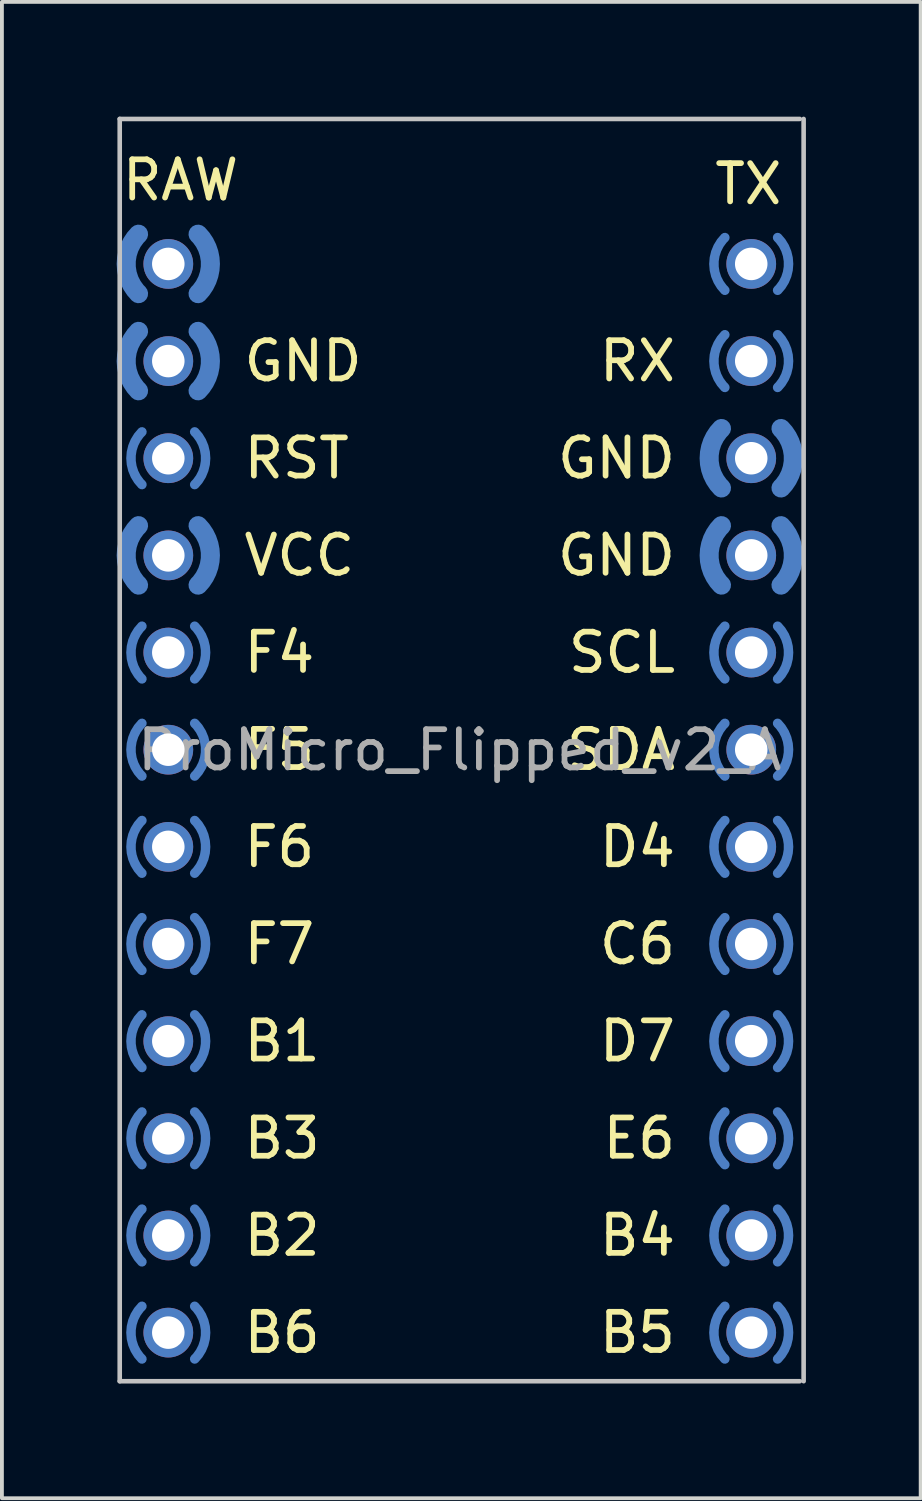
<source format=kicad_pcb>
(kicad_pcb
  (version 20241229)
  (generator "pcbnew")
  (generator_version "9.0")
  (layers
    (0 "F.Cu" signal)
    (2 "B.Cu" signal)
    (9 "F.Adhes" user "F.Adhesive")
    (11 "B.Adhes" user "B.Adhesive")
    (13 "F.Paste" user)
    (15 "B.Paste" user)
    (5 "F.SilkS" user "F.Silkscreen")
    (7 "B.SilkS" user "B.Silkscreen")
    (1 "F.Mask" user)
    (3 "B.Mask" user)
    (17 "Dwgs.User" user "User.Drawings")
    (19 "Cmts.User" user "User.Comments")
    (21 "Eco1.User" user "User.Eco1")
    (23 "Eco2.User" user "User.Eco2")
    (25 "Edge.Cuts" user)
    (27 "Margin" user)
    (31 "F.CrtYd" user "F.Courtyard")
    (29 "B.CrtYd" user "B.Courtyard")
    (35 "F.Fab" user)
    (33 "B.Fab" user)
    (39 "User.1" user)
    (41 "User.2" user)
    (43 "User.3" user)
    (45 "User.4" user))
  (footprint "ProMicro_Flipped_v2_A"
    (layer "F.Cu")
    (at 8.97 16.56)
    (property "Reference" "ProMicro_Flipped_v2_A" (at 0 0 0) (layer "F.Fab") (effects (font (size 1 1) (thickness 0.15))))
    (attr through_hole)
    (fp_line (start -8.89 -16.5) (end 8.89 -16.5) (stroke (width 0.12) (type solid)) (layer "Dwgs.User"))
    (fp_line (start -8.89 16.5) (end -8.89 -16.5) (stroke (width 0.12) (type solid)) (layer "Dwgs.User"))
    (fp_line (start 8.89 16.5) (end -8.89 16.5) (stroke (width 0.12) (type solid)) (layer "Dwgs.User"))
    (fp_line (start 8.99 16.5) (end 8.99 -16.5) (stroke (width 0.12) (type solid)) (layer "Dwgs.User"))
    (fp_text user "B3" (at -5.72 10.15 0) (layer "F.SilkS") (effects (font (size 1 1) (thickness 0.15)) (justify left)))
    (fp_text user "D4" (at 5.72 2.53 0) (layer "F.SilkS") (effects (font (size 1 1) (thickness 0.15)) (justify right)))
    (fp_text user "B4" (at 5.72 12.69 0) (layer "F.SilkS") (effects (font (size 1 1) (thickness 0.15)) (justify right)))
    (fp_text user "GND" (at 5.72 -5.09 0) (layer "F.SilkS") (effects (font (size 1 1) (thickness 0.15)) (justify right)))
    (fp_text user "RX" (at 5.72 -10.17 0) (layer "F.SilkS") (effects (font (size 1 1) (thickness 0.15)) (justify right)))
    (fp_text user "B5" (at 5.72 15.23 0) (layer "F.SilkS") (effects (font (size 1 1) (thickness 0.15)) (justify right)))
    (fp_text user "D7" (at 5.72 7.61 0) (layer "F.SilkS") (effects (font (size 1 1) (thickness 0.15)) (justify right)))
    (fp_text user "F6" (at -5.72 2.53 0) (layer "F.SilkS") (effects (font (size 1 1) (thickness 0.15)) (justify left)))
    (fp_text user "B2" (at -5.72 12.69 0) (layer "F.SilkS") (effects (font (size 1 1) (thickness 0.15)) (justify left)))
    (fp_text user "SCL" (at 5.72 -2.55 0) (layer "F.SilkS") (effects (font (size 1 1) (thickness 0.15)) (justify right)))
    (fp_text user "B1" (at -5.72 7.61 0) (layer "F.SilkS") (effects (font (size 1 1) (thickness 0.15)) (justify left)))
    (fp_text user "GND" (at 5.72 -7.63 0) (layer "F.SilkS") (effects (font (size 1 1) (thickness 0.15)) (justify right)))
    (fp_text user "TX" (at 8.5 -14.8 0) (layer "F.SilkS") (effects (font (size 1 1) (thickness 0.15)) (justify right)))
    (fp_text user "RST" (at -5.72 -7.63 0) (layer "F.SilkS") (effects (font (size 1 1) (thickness 0.15)) (justify left)))
    (fp_text user "F5" (at -5.72 -0.01 0) (layer "F.SilkS") (effects (font (size 1 1) (thickness 0.15)) (justify left)))
    (fp_text user "VCC" (at -5.72 -5.09 0) (layer "F.SilkS") (effects (font (size 1 1) (thickness 0.15)) (justify left)))
    (fp_text user "B6" (at -5.72 15.23 0) (layer "F.SilkS") (effects (font (size 1 1) (thickness 0.15)) (justify left)))
    (fp_text user "GND" (at -5.72 -10.17 0) (layer "F.SilkS") (effects (font (size 1 1) (thickness 0.15)) (justify left)))
    (fp_text user "C6" (at 5.72 5.07 0) (layer "F.SilkS") (effects (font (size 1 1) (thickness 0.15)) (justify right)))
    (fp_text user "E6" (at 5.72 10.15 0) (layer "F.SilkS") (effects (font (size 1 1) (thickness 0.15)) (justify right)))
    (fp_text user "F4" (at -5.72 -2.55 0) (layer "F.SilkS") (effects (font (size 1 1) (thickness 0.15)) (justify left)))
    (fp_text user "SDA" (at 5.72 -0.01 0) (layer "F.SilkS") (effects (font (size 1 1) (thickness 0.15)) (justify right)))
    (fp_text user "F7" (at -5.72 5.07 0) (layer "F.SilkS") (effects (font (size 1 1) (thickness 0.15)) (justify left)))
    (fp_text user "RAW" (at -8.9 -14.9 0) (layer "F.SilkS") (effects (font (size 1 1) (thickness 0.15)) (justify left)))
    (pad "" thru_hole circle (at -7.62 -12.71) (size 1.3 1.3) (drill 0.85) (layers "*.Cu" "*.Mask"))
    (pad "" thru_hole circle (at -7.62 -10.17) (size 1.3 1.3) (drill 0.85) (layers "*.Cu" "*.Mask"))
    (pad "" thru_hole circle (at -7.62 -7.63) (size 1.3 1.3) (drill 0.85) (layers "*.Cu" "*.Mask"))
    (pad "" thru_hole circle (at -7.62 -5.09) (size 1.3 1.3) (drill 0.85) (layers "*.Cu" "*.Mask"))
    (pad "" thru_hole circle (at -7.62 -2.55) (size 1.3 1.3) (drill 0.85) (layers "*.Cu" "*.Mask"))
    (pad "" thru_hole circle (at -7.62 -0.01) (size 1.3 1.3) (drill 0.85) (layers "*.Cu" "*.Mask"))
    (pad "" thru_hole circle (at -7.62 2.53) (size 1.3 1.3) (drill 0.85) (layers "*.Cu" "*.Mask"))
    (pad "" thru_hole circle (at -7.62 5.07) (size 1.3 1.3) (drill 0.85) (layers "*.Cu" "*.Mask"))
    (pad "" thru_hole circle (at -7.62 7.61) (size 1.3 1.3) (drill 0.85) (layers "*.Cu" "*.Mask"))
    (pad "" thru_hole circle (at -7.62 10.15) (size 1.3 1.3) (drill 0.85) (layers "*.Cu" "*.Mask"))
    (pad "" thru_hole circle (at -7.62 12.69) (size 1.3 1.3) (drill 0.85) (layers "*.Cu" "*.Mask"))
    (pad "" thru_hole circle (at -7.62 15.23) (size 1.3 1.3) (drill 0.85) (layers "*.Cu" "*.Mask"))
    (pad "" thru_hole circle (at 7.62 -12.71) (size 1.3 1.3) (drill 0.85) (layers "*.Cu" "*.Mask"))
    (pad "" thru_hole circle (at 7.62 -10.17) (size 1.3 1.3) (drill 0.85) (layers "*.Cu" "*.Mask"))
    (pad "" thru_hole circle (at 7.62 -7.63) (size 1.3 1.3) (drill 0.85) (layers "*.Cu" "*.Mask"))
    (pad "" thru_hole circle (at 7.62 -5.09) (size 1.3 1.3) (drill 0.85) (layers "*.Cu" "*.Mask"))
    (pad "" thru_hole circle (at 7.62 -2.55) (size 1.3 1.3) (drill 0.85) (layers "*.Cu" "*.Mask"))
    (pad "" thru_hole circle (at 7.62 -0.01) (size 1.3 1.3) (drill 0.85) (layers "*.Cu" "*.Mask"))
    (pad "" thru_hole circle (at 7.62 2.53) (size 1.3 1.3) (drill 0.85) (layers "*.Cu" "*.Mask"))
    (pad "" thru_hole circle (at 7.62 5.07) (size 1.3 1.3) (drill 0.85) (layers "*.Cu" "*.Mask"))
    (pad "" thru_hole circle (at 7.62 7.61) (size 1.3 1.3) (drill 0.85) (layers "*.Cu" "*.Mask"))
    (pad "" thru_hole circle (at 7.62 10.15) (size 1.3 1.3) (drill 0.85) (layers "*.Cu" "*.Mask"))
    (pad "" thru_hole circle (at 7.62 12.69) (size 1.3 1.3) (drill 0.85) (layers "*.Cu" "*.Mask"))
    (pad "" thru_hole circle (at 7.62 15.23) (size 1.3 1.3) (drill 0.85) (layers "*.Cu" "*.Mask"))
    (pad "1" smd custom (at 6.645 -12.71 180) (size 0.25 0.25) (layers "B.Cu" "B.Mask" "B.Paste") (options (anchor circle)) (primitives (gr_arc (start 0 0) (mid -0.074217 0.373116) (end -0.285571 0.689429) (width 0.25)) (gr_arc (start -0.285571 -0.689429) (mid -0.074218 -0.373116) (end 0 0) (width 0.25))))
    (pad "1" smd custom (at 8.595 -12.71) (size 0.25 0.25) (layers "B.Cu" "B.Mask" "B.Paste") (options (anchor circle)) (primitives (gr_arc (start 0 0) (mid -0.074217 0.373116) (end -0.285571 0.689429) (width 0.25)) (gr_arc (start -0.285571 -0.689429) (mid -0.074218 -0.373116) (end 0 0) (width 0.25))))
    (pad "2" smd custom (at 6.645 -10.17 180) (size 0.25 0.25) (layers "B.Cu" "B.Mask" "B.Paste") (options (anchor circle)) (primitives (gr_arc (start 0 0) (mid -0.074217 0.373116) (end -0.285571 0.689429) (width 0.25)) (gr_arc (start -0.285571 -0.689429) (mid -0.074218 -0.373116) (end 0 0) (width 0.25))))
    (pad "2" smd custom (at 8.595 -10.17) (size 0.25 0.25) (layers "B.Cu" "B.Mask" "B.Paste") (options (anchor circle)) (primitives (gr_arc (start 0 0) (mid -0.074217 0.373116) (end -0.285571 0.689429) (width 0.25)) (gr_arc (start -0.285571 -0.689429) (mid -0.074218 -0.373116) (end 0 0) (width 0.25))))
    (pad "3" smd custom (at 6.52 -7.63 180) (size 0.5 0.5) (layers "B.Cu" "B.Mask" "B.Paste") (options (anchor circle)) (primitives (gr_arc (start 0 0) (mid -0.083733 0.420952) (end -0.322183 0.777817) (width 0.5)) (gr_arc (start -0.322183 -0.777817) (mid -0.083733 -0.420952) (end 0 0) (width 0.5))))
    (pad "3" smd custom (at 8.72 -7.63) (size 0.5 0.5) (layers "B.Cu" "B.Mask" "B.Paste") (options (anchor circle)) (primitives (gr_arc (start 0 0) (mid -0.083733 0.420952) (end -0.322183 0.777817) (width 0.5)) (gr_arc (start -0.322183 -0.777817) (mid -0.083733 -0.420952) (end 0 0) (width 0.5))))
    (pad "4" smd custom (at 6.52 -5.09 180) (size 0.5 0.5) (layers "B.Cu" "B.Mask" "B.Paste") (options (anchor circle)) (primitives (gr_arc (start 0 0) (mid -0.083733 0.420952) (end -0.322183 0.777817) (width 0.5)) (gr_arc (start -0.322183 -0.777817) (mid -0.083733 -0.420952) (end 0 0) (width 0.5))))
    (pad "4" smd custom (at 8.72 -5.09) (size 0.5 0.5) (layers "B.Cu" "B.Mask" "B.Paste") (options (anchor circle)) (primitives (gr_arc (start 0 0) (mid -0.083733 0.420952) (end -0.322183 0.777817) (width 0.5)) (gr_arc (start -0.322183 -0.777817) (mid -0.083733 -0.420952) (end 0 0) (width 0.5))))
    (pad "5" smd custom (at 6.645 -2.55 180) (size 0.25 0.25) (layers "B.Cu" "B.Mask" "B.Paste") (options (anchor circle)) (primitives (gr_arc (start 0 0) (mid -0.074217 0.373116) (end -0.285571 0.689429) (width 0.25)) (gr_arc (start -0.285571 -0.689429) (mid -0.074218 -0.373116) (end 0 0) (width 0.25))))
    (pad "5" smd custom (at 8.595 -2.55) (size 0.25 0.25) (layers "B.Cu" "B.Mask" "B.Paste") (options (anchor circle)) (primitives (gr_arc (start 0 0) (mid -0.074217 0.373116) (end -0.285571 0.689429) (width 0.25)) (gr_arc (start -0.285571 -0.689429) (mid -0.074218 -0.373116) (end 0 0) (width 0.25))))
    (pad "6" smd custom (at 6.645 -0.01 180) (size 0.25 0.25) (layers "B.Cu" "B.Mask" "B.Paste") (options (anchor circle)) (primitives (gr_arc (start 0 0) (mid -0.074217 0.373116) (end -0.285571 0.689429) (width 0.25)) (gr_arc (start -0.285571 -0.689429) (mid -0.074218 -0.373116) (end 0 0) (width 0.25))))
    (pad "6" smd custom (at 8.595 -0.01) (size 0.25 0.25) (layers "B.Cu" "B.Mask" "B.Paste") (options (anchor circle)) (primitives (gr_arc (start 0 0) (mid -0.074217 0.373116) (end -0.285571 0.689429) (width 0.25)) (gr_arc (start -0.285571 -0.689429) (mid -0.074218 -0.373116) (end 0 0) (width 0.25))))
    (pad "7" smd custom (at 6.645 2.53 180) (size 0.25 0.25) (layers "B.Cu" "B.Mask" "B.Paste") (options (anchor circle)) (primitives (gr_arc (start 0 0) (mid -0.074217 0.373116) (end -0.285571 0.689429) (width 0.25)) (gr_arc (start -0.285571 -0.689429) (mid -0.074218 -0.373116) (end 0 0) (width 0.25))))
    (pad "7" smd custom (at 8.595 2.53) (size 0.25 0.25) (layers "B.Cu" "B.Mask" "B.Paste") (options (anchor circle)) (primitives (gr_arc (start 0 0) (mid -0.074217 0.373116) (end -0.285571 0.689429) (width 0.25)) (gr_arc (start -0.285571 -0.689429) (mid -0.074218 -0.373116) (end 0 0) (width 0.25))))
    (pad "8" smd custom (at 6.645 5.07 180) (size 0.25 0.25) (layers "B.Cu" "B.Mask" "B.Paste") (options (anchor circle)) (primitives (gr_arc (start 0 0) (mid -0.074217 0.373116) (end -0.285571 0.689429) (width 0.25)) (gr_arc (start -0.285571 -0.689429) (mid -0.074218 -0.373116) (end 0 0) (width 0.25))))
    (pad "8" smd custom (at 8.595 5.07) (size 0.25 0.25) (layers "B.Cu" "B.Mask" "B.Paste") (options (anchor circle)) (primitives (gr_arc (start 0 0) (mid -0.074217 0.373116) (end -0.285571 0.689429) (width 0.25)) (gr_arc (start -0.285571 -0.689429) (mid -0.074218 -0.373116) (end 0 0) (width 0.25))))
    (pad "9" smd custom (at 6.645 7.61 180) (size 0.25 0.25) (layers "B.Cu" "B.Mask" "B.Paste") (options (anchor circle)) (primitives (gr_arc (start 0 0) (mid -0.074217 0.373116) (end -0.285571 0.689429) (width 0.25)) (gr_arc (start -0.285571 -0.689429) (mid -0.074218 -0.373116) (end 0 0) (width 0.25))))
    (pad "9" smd custom (at 8.595 7.61) (size 0.25 0.25) (layers "B.Cu" "B.Mask" "B.Paste") (options (anchor circle)) (primitives (gr_arc (start 0 0) (mid -0.074217 0.373116) (end -0.285571 0.689429) (width 0.25)) (gr_arc (start -0.285571 -0.689429) (mid -0.074218 -0.373116) (end 0 0) (width 0.25))))
    (pad "10" smd custom (at 6.645 10.15 180) (size 0.25 0.25) (layers "B.Cu" "B.Mask" "B.Paste") (options (anchor circle)) (primitives (gr_arc (start 0 0) (mid -0.074217 0.373116) (end -0.285571 0.689429) (width 0.25)) (gr_arc (start -0.285571 -0.689429) (mid -0.074218 -0.373116) (end 0 0) (width 0.25))))
    (pad "10" smd custom (at 8.595 10.15) (size 0.25 0.25) (layers "B.Cu" "B.Mask" "B.Paste") (options (anchor circle)) (primitives (gr_arc (start 0 0) (mid -0.074217 0.373116) (end -0.285571 0.689429) (width 0.25)) (gr_arc (start -0.285571 -0.689429) (mid -0.074218 -0.373116) (end 0 0) (width 0.25))))
    (pad "11" smd custom (at 6.645 12.69 180) (size 0.25 0.25) (layers "B.Cu" "B.Mask" "B.Paste") (options (anchor circle)) (primitives (gr_arc (start 0 0) (mid -0.074217 0.373116) (end -0.285571 0.689429) (width 0.25)) (gr_arc (start -0.285571 -0.689429) (mid -0.074218 -0.373116) (end 0 0) (width 0.25))))
    (pad "11" smd custom (at 8.595 12.69) (size 0.25 0.25) (layers "B.Cu" "B.Mask" "B.Paste") (options (anchor circle)) (primitives (gr_arc (start 0 0) (mid -0.074217 0.373116) (end -0.285571 0.689429) (width 0.25)) (gr_arc (start -0.285571 -0.689429) (mid -0.074218 -0.373116) (end 0 0) (width 0.25))))
    (pad "12" smd custom (at 6.645 15.23 180) (size 0.25 0.25) (layers "B.Cu" "B.Mask" "B.Paste") (options (anchor circle)) (primitives (gr_arc (start 0 0) (mid -0.074217 0.373116) (end -0.285571 0.689429) (width 0.25)) (gr_arc (start -0.285571 -0.689429) (mid -0.074218 -0.373116) (end 0 0) (width 0.25))))
    (pad "12" smd custom (at 8.595 15.23) (size 0.25 0.25) (layers "B.Cu" "B.Mask" "B.Paste") (options (anchor circle)) (primitives (gr_arc (start 0 0) (mid -0.074217 0.373116) (end -0.285571 0.689429) (width 0.25)) (gr_arc (start -0.285571 -0.689429) (mid -0.074218 -0.373116) (end 0 0) (width 0.25))))
    (pad "13" smd custom (at -8.595 15.23 180) (size 0.25 0.25) (layers "B.Cu" "B.Mask" "B.Paste") (options (anchor circle)) (primitives (gr_arc (start 0 0) (mid -0.074217 0.373116) (end -0.285571 0.689429) (width 0.25)) (gr_arc (start -0.285571 -0.689429) (mid -0.074218 -0.373116) (end 0 0) (width 0.25))))
    (pad "13" smd custom (at -6.645 15.23) (size 0.25 0.25) (layers "B.Cu" "B.Mask" "B.Paste") (options (anchor circle)) (primitives (gr_arc (start 0 0) (mid -0.074217 0.373116) (end -0.285571 0.689429) (width 0.25)) (gr_arc (start -0.285571 -0.689429) (mid -0.074218 -0.373116) (end 0 0) (width 0.25))))
    (pad "14" smd custom (at -8.595 12.69 180) (size 0.25 0.25) (layers "B.Cu" "B.Mask" "B.Paste") (options (anchor circle)) (primitives (gr_arc (start 0 0) (mid -0.074217 0.373116) (end -0.285571 0.689429) (width 0.25)) (gr_arc (start -0.285571 -0.689429) (mid -0.074218 -0.373116) (end 0 0) (width 0.25))))
    (pad "14" smd custom (at -6.645 12.69) (size 0.25 0.25) (layers "B.Cu" "B.Mask" "B.Paste") (options (anchor circle)) (primitives (gr_arc (start 0 0) (mid -0.074217 0.373116) (end -0.285571 0.689429) (width 0.25)) (gr_arc (start -0.285571 -0.689429) (mid -0.074218 -0.373116) (end 0 0) (width 0.25))))
    (pad "15" smd custom (at -8.595 10.15 180) (size 0.25 0.25) (layers "B.Cu" "B.Mask" "B.Paste") (options (anchor circle)) (primitives (gr_arc (start 0 0) (mid -0.074217 0.373116) (end -0.285571 0.689429) (width 0.25)) (gr_arc (start -0.285571 -0.689429) (mid -0.074218 -0.373116) (end 0 0) (width 0.25))))
    (pad "15" smd custom (at -6.645 10.15) (size 0.25 0.25) (layers "B.Cu" "B.Mask" "B.Paste") (options (anchor circle)) (primitives (gr_arc (start 0 0) (mid -0.074217 0.373116) (end -0.285571 0.689429) (width 0.25)) (gr_arc (start -0.285571 -0.689429) (mid -0.074218 -0.373116) (end 0 0) (width 0.25))))
    (pad "16" smd custom (at -8.595 7.61 180) (size 0.25 0.25) (layers "B.Cu" "B.Mask" "B.Paste") (options (anchor circle)) (primitives (gr_arc (start 0 0) (mid -0.074217 0.373116) (end -0.285571 0.689429) (width 0.25)) (gr_arc (start -0.285571 -0.689429) (mid -0.074218 -0.373116) (end 0 0) (width 0.25))))
    (pad "16" smd custom (at -6.645 7.61) (size 0.25 0.25) (layers "B.Cu" "B.Mask" "B.Paste") (options (anchor circle)) (primitives (gr_arc (start 0 0) (mid -0.074217 0.373116) (end -0.285571 0.689429) (width 0.25)) (gr_arc (start -0.285571 -0.689429) (mid -0.074218 -0.373116) (end 0 0) (width 0.25))))
    (pad "17" smd custom (at -8.595 5.07 180) (size 0.25 0.25) (layers "B.Cu" "B.Mask" "B.Paste") (options (anchor circle)) (primitives (gr_arc (start 0 0) (mid -0.074217 0.373116) (end -0.285571 0.689429) (width 0.25)) (gr_arc (start -0.285571 -0.689429) (mid -0.074218 -0.373116) (end 0 0) (width 0.25))))
    (pad "17" smd custom (at -6.645 5.07) (size 0.25 0.25) (layers "B.Cu" "B.Mask" "B.Paste") (options (anchor circle)) (primitives (gr_arc (start 0 0) (mid -0.074217 0.373116) (end -0.285571 0.689429) (width 0.25)) (gr_arc (start -0.285571 -0.689429) (mid -0.074218 -0.373116) (end 0 0) (width 0.25))))
    (pad "18" smd custom (at -8.595 2.53 180) (size 0.25 0.25) (layers "B.Cu" "B.Mask" "B.Paste") (options (anchor circle)) (primitives (gr_arc (start 0 0) (mid -0.074217 0.373116) (end -0.285571 0.689429) (width 0.25)) (gr_arc (start -0.285571 -0.689429) (mid -0.074218 -0.373116) (end 0 0) (width 0.25))))
    (pad "18" smd custom (at -6.645 2.53) (size 0.25 0.25) (layers "B.Cu" "B.Mask" "B.Paste") (options (anchor circle)) (primitives (gr_arc (start 0 0) (mid -0.074217 0.373116) (end -0.285571 0.689429) (width 0.25)) (gr_arc (start -0.285571 -0.689429) (mid -0.074218 -0.373116) (end 0 0) (width 0.25))))
    (pad "19" smd custom (at -8.595 -0.01 180) (size 0.25 0.25) (layers "B.Cu" "B.Mask" "B.Paste") (options (anchor circle)) (primitives (gr_arc (start 0 0) (mid -0.074217 0.373116) (end -0.285571 0.689429) (width 0.25)) (gr_arc (start -0.285571 -0.689429) (mid -0.074218 -0.373116) (end 0 0) (width 0.25))))
    (pad "19" smd custom (at -6.645 -0.01) (size 0.25 0.25) (layers "B.Cu" "B.Mask" "B.Paste") (options (anchor circle)) (primitives (gr_arc (start 0 0) (mid -0.074217 0.373116) (end -0.285571 0.689429) (width 0.25)) (gr_arc (start -0.285571 -0.689429) (mid -0.074218 -0.373116) (end 0 0) (width 0.25))))
    (pad "20" smd custom (at -8.595 -2.55 180) (size 0.25 0.25) (layers "B.Cu" "B.Mask" "B.Paste") (options (anchor circle)) (primitives (gr_arc (start 0 0) (mid -0.074217 0.373116) (end -0.285571 0.689429) (width 0.25)) (gr_arc (start -0.285571 -0.689429) (mid -0.074218 -0.373116) (end 0 0) (width 0.25))))
    (pad "20" smd custom (at -6.645 -2.55) (size 0.25 0.25) (layers "B.Cu" "B.Mask" "B.Paste") (options (anchor circle)) (primitives (gr_arc (start 0 0) (mid -0.074217 0.373116) (end -0.285571 0.689429) (width 0.25)) (gr_arc (start -0.285571 -0.689429) (mid -0.074218 -0.373116) (end 0 0) (width 0.25))))
    (pad "21" smd custom (at -8.72 -5.09 180) (size 0.5 0.5) (layers "B.Cu" "B.Mask" "B.Paste") (options (anchor circle)) (primitives (gr_arc (start 0 0) (mid -0.083733 0.420952) (end -0.322183 0.777817) (width 0.5)) (gr_arc (start -0.322183 -0.777817) (mid -0.083733 -0.420952) (end 0 0) (width 0.5))))
    (pad "21" smd custom (at -6.52 -5.09) (size 0.5 0.5) (layers "B.Cu" "B.Mask" "B.Paste") (options (anchor circle)) (primitives (gr_arc (start 0 0) (mid -0.083733 0.420952) (end -0.322183 0.777817) (width 0.5)) (gr_arc (start -0.322183 -0.777817) (mid -0.083733 -0.420952) (end 0 0) (width 0.5))))
    (pad "22" smd custom (at -8.595 -7.63 180) (size 0.25 0.25) (layers "B.Cu" "B.Mask" "B.Paste") (options (anchor circle)) (primitives (gr_arc (start 0 0) (mid -0.074217 0.373116) (end -0.285571 0.689429) (width 0.25)) (gr_arc (start -0.285571 -0.689429) (mid -0.074218 -0.373116) (end 0 0) (width 0.25))))
    (pad "22" smd custom (at -6.645 -7.63) (size 0.25 0.25) (layers "B.Cu" "B.Mask" "B.Paste") (options (anchor circle)) (primitives (gr_arc (start 0 0) (mid -0.074217 0.373116) (end -0.285571 0.689429) (width 0.25)) (gr_arc (start -0.285571 -0.689429) (mid -0.074218 -0.373116) (end 0 0) (width 0.25))))
    (pad "23" smd custom (at -8.72 -10.17 180) (size 0.5 0.5) (layers "B.Cu" "B.Mask" "B.Paste") (options (anchor circle)) (primitives (gr_arc (start 0 0) (mid -0.083733 0.420952) (end -0.322183 0.777817) (width 0.5)) (gr_arc (start -0.322183 -0.777817) (mid -0.083733 -0.420952) (end 0 0) (width 0.5))))
    (pad "23" smd custom (at -6.52 -10.17) (size 0.5 0.5) (layers "B.Cu" "B.Mask" "B.Paste") (options (anchor circle)) (primitives (gr_arc (start 0 0) (mid -0.083733 0.420952) (end -0.322183 0.777817) (width 0.5)) (gr_arc (start -0.322183 -0.777817) (mid -0.083733 -0.420952) (end 0 0) (width 0.5))))
    (pad "24" smd custom (at -8.72 -12.71 180) (size 0.5 0.5) (layers "B.Cu" "B.Mask" "B.Paste") (options (anchor circle)) (primitives (gr_arc (start 0 0) (mid -0.083733 0.420952) (end -0.322183 0.777817) (width 0.5)) (gr_arc (start -0.322183 -0.777817) (mid -0.083733 -0.420952) (end 0 0) (width 0.5))))
    (pad "24" smd custom (at -6.52 -12.71) (size 0.5 0.5) (layers "B.Cu" "B.Mask" "B.Paste") (options (anchor circle)) (primitives (gr_arc (start 0 0) (mid -0.083733 0.420952) (end -0.322183 0.777817) (width 0.5)) (gr_arc (start -0.322183 -0.777817) (mid -0.083733 -0.420952) (end 0 0) (width 0.5)))))
  (gr_rect
    (start -3 -3)
    (end 21.02 36.12)
    (stroke (width 0.1) (type default))
    (fill no)
    (layer "Edge.Cuts")))
</source>
